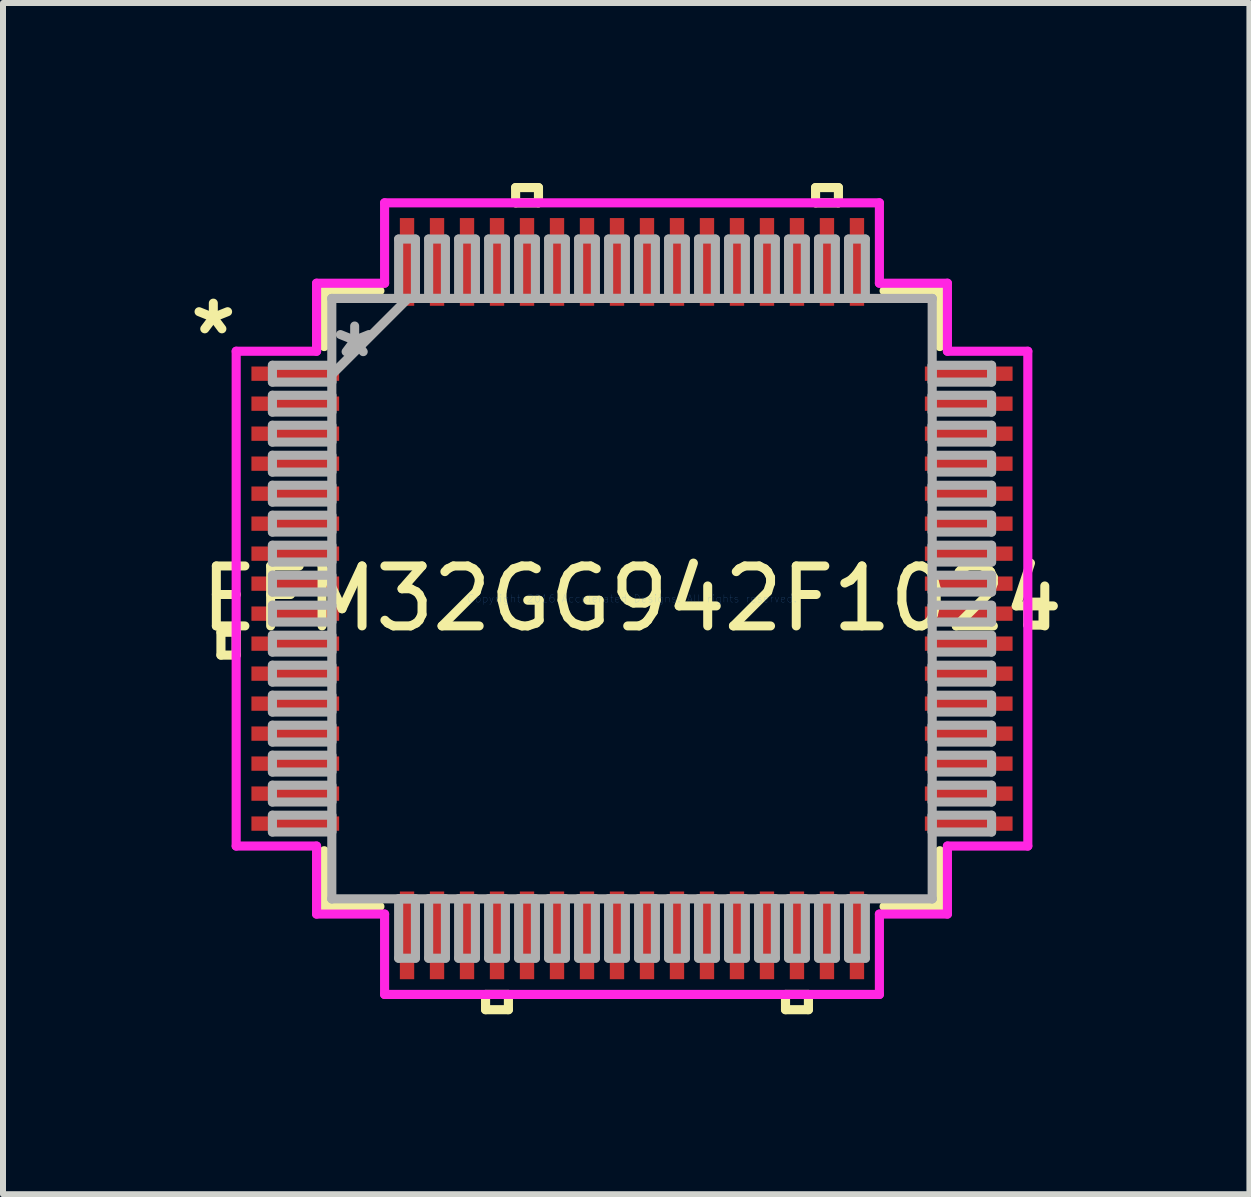
<source format=kicad_pcb>
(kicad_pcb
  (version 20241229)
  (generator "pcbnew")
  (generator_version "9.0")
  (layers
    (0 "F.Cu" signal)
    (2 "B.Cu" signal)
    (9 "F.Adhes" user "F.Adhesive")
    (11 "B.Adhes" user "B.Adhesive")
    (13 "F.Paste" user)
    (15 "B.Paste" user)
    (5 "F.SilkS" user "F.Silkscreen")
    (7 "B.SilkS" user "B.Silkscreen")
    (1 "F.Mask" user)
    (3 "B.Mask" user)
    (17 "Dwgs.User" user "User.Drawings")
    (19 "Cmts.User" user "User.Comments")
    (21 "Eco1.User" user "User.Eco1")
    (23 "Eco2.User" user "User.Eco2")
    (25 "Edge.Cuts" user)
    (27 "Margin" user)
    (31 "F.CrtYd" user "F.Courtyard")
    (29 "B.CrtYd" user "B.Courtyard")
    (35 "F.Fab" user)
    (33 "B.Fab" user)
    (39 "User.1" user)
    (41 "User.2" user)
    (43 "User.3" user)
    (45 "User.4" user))
  (footprint "EFM32GG942F1024"
    (layer "F.Cu")
    (at 7.485 6.929)
    (property "Reference" "EFM32GG942F1024" (at 0 0 0) (layer "F.SilkS") (effects (font (size 1 1) (thickness 0.15))))
    (attr through_hole)
    (fp_line (start -6.852 0.56) (end -6.852 0.941) (stroke (width 0.152) (type solid)) (layer "F.SilkS"))
    (fp_line (start -6.852 0.941) (end -6.598 0.941) (stroke (width 0.152) (type solid)) (layer "F.SilkS"))
    (fp_line (start -6.598 0.56) (end -6.852 0.56) (stroke (width 0.152) (type solid)) (layer "F.SilkS"))
    (fp_line (start -6.598 0.941) (end -6.598 0.56) (stroke (width 0.152) (type solid)) (layer "F.SilkS"))
    (fp_line (start -5.131 -5.131) (end -5.131 -4.202) (stroke (width 0.152) (type solid)) (layer "F.SilkS"))
    (fp_line (start -5.131 4.202) (end -5.131 5.131) (stroke (width 0.152) (type solid)) (layer "F.SilkS"))
    (fp_line (start -5.131 5.131) (end -4.202 5.131) (stroke (width 0.152) (type solid)) (layer "F.SilkS"))
    (fp_line (start -4.202 -5.131) (end -5.131 -5.131) (stroke (width 0.152) (type solid)) (layer "F.SilkS"))
    (fp_line (start -2.441 6.598) (end -2.441 6.852) (stroke (width 0.152) (type solid)) (layer "F.SilkS"))
    (fp_line (start -2.441 6.852) (end -2.06 6.852) (stroke (width 0.152) (type solid)) (layer "F.SilkS"))
    (fp_line (start -2.06 6.598) (end -2.441 6.598) (stroke (width 0.152) (type solid)) (layer "F.SilkS"))
    (fp_line (start -2.06 6.852) (end -2.06 6.598) (stroke (width 0.152) (type solid)) (layer "F.SilkS"))
    (fp_line (start -1.94 -6.852) (end -1.559 -6.852) (stroke (width 0.152) (type solid)) (layer "F.SilkS"))
    (fp_line (start -1.94 -6.598) (end -1.94 -6.852) (stroke (width 0.152) (type solid)) (layer "F.SilkS"))
    (fp_line (start -1.559 -6.852) (end -1.559 -6.598) (stroke (width 0.152) (type solid)) (layer "F.SilkS"))
    (fp_line (start -1.559 -6.598) (end -1.94 -6.598) (stroke (width 0.152) (type solid)) (layer "F.SilkS"))
    (fp_line (start 2.559 6.598) (end 2.559 6.852) (stroke (width 0.152) (type solid)) (layer "F.SilkS"))
    (fp_line (start 2.559 6.852) (end 2.941 6.852) (stroke (width 0.152) (type solid)) (layer "F.SilkS"))
    (fp_line (start 2.941 6.598) (end 2.559 6.598) (stroke (width 0.152) (type solid)) (layer "F.SilkS"))
    (fp_line (start 2.941 6.852) (end 2.941 6.598) (stroke (width 0.152) (type solid)) (layer "F.SilkS"))
    (fp_line (start 3.06 -6.852) (end 3.441 -6.852) (stroke (width 0.152) (type solid)) (layer "F.SilkS"))
    (fp_line (start 3.06 -6.598) (end 3.06 -6.852) (stroke (width 0.152) (type solid)) (layer "F.SilkS"))
    (fp_line (start 3.441 -6.852) (end 3.441 -6.598) (stroke (width 0.152) (type solid)) (layer "F.SilkS"))
    (fp_line (start 3.441 -6.598) (end 3.06 -6.598) (stroke (width 0.152) (type solid)) (layer "F.SilkS"))
    (fp_line (start 4.202 5.131) (end 5.131 5.131) (stroke (width 0.152) (type solid)) (layer "F.SilkS"))
    (fp_line (start 5.131 -5.131) (end 4.202 -5.131) (stroke (width 0.152) (type solid)) (layer "F.SilkS"))
    (fp_line (start 5.131 -4.202) (end 5.131 -5.131) (stroke (width 0.152) (type solid)) (layer "F.SilkS"))
    (fp_line (start 5.131 5.131) (end 5.131 4.202) (stroke (width 0.152) (type solid)) (layer "F.SilkS"))
    (fp_line (start 6.598 0.059) (end 6.852 0.059) (stroke (width 0.152) (type solid)) (layer "F.SilkS"))
    (fp_line (start 6.598 0.441) (end 6.598 0.059) (stroke (width 0.152) (type solid)) (layer "F.SilkS"))
    (fp_line (start 6.852 0.059) (end 6.852 0.441) (stroke (width 0.152) (type solid)) (layer "F.SilkS"))
    (fp_line (start 6.852 0.441) (end 6.598 0.441) (stroke (width 0.152) (type solid)) (layer "F.SilkS"))
    (fp_line (start -6.598 -4.124) (end -5.258 -4.124) (stroke (width 0.152) (type solid)) (layer "F.CrtYd"))
    (fp_line (start -6.598 4.124) (end -6.598 -4.124) (stroke (width 0.152) (type solid)) (layer "F.CrtYd"))
    (fp_line (start -5.258 -5.258) (end -4.124 -5.258) (stroke (width 0.152) (type solid)) (layer "F.CrtYd"))
    (fp_line (start -5.258 -4.124) (end -5.258 -5.258) (stroke (width 0.152) (type solid)) (layer "F.CrtYd"))
    (fp_line (start -5.258 4.124) (end -6.598 4.124) (stroke (width 0.152) (type solid)) (layer "F.CrtYd"))
    (fp_line (start -5.258 5.258) (end -5.258 4.124) (stroke (width 0.152) (type solid)) (layer "F.CrtYd"))
    (fp_line (start -4.124 -6.598) (end 4.124 -6.598) (stroke (width 0.152) (type solid)) (layer "F.CrtYd"))
    (fp_line (start -4.124 -5.258) (end -4.124 -6.598) (stroke (width 0.152) (type solid)) (layer "F.CrtYd"))
    (fp_line (start -4.124 5.258) (end -5.258 5.258) (stroke (width 0.152) (type solid)) (layer "F.CrtYd"))
    (fp_line (start -4.124 6.598) (end -4.124 5.258) (stroke (width 0.152) (type solid)) (layer "F.CrtYd"))
    (fp_line (start 4.124 -6.598) (end 4.124 -5.258) (stroke (width 0.152) (type solid)) (layer "F.CrtYd"))
    (fp_line (start 4.124 -5.258) (end 5.258 -5.258) (stroke (width 0.152) (type solid)) (layer "F.CrtYd"))
    (fp_line (start 4.124 5.258) (end 4.124 6.598) (stroke (width 0.152) (type solid)) (layer "F.CrtYd"))
    (fp_line (start 4.124 6.598) (end -4.124 6.598) (stroke (width 0.152) (type solid)) (layer "F.CrtYd"))
    (fp_line (start 5.258 -5.258) (end 5.258 -4.124) (stroke (width 0.152) (type solid)) (layer "F.CrtYd"))
    (fp_line (start 5.258 -4.124) (end 6.598 -4.124) (stroke (width 0.152) (type solid)) (layer "F.CrtYd"))
    (fp_line (start 5.258 4.124) (end 5.258 5.258) (stroke (width 0.152) (type solid)) (layer "F.CrtYd"))
    (fp_line (start 5.258 5.258) (end 4.124 5.258) (stroke (width 0.152) (type solid)) (layer "F.CrtYd"))
    (fp_line (start 6.598 -4.124) (end 6.598 4.124) (stroke (width 0.152) (type solid)) (layer "F.CrtYd"))
    (fp_line (start 6.598 4.124) (end 5.258 4.124) (stroke (width 0.152) (type solid)) (layer "F.CrtYd"))
    (fp_line (start -5.994 -3.89) (end -5.994 -3.61) (stroke (width 0.152) (type solid)) (layer "F.Fab"))
    (fp_line (start -5.994 -3.61) (end -5.004 -3.61) (stroke (width 0.152) (type solid)) (layer "F.Fab"))
    (fp_line (start -5.994 -3.39) (end -5.994 -3.11) (stroke (width 0.152) (type solid)) (layer "F.Fab"))
    (fp_line (start -5.994 -3.11) (end -5.004 -3.11) (stroke (width 0.152) (type solid)) (layer "F.Fab"))
    (fp_line (start -5.994 -2.89) (end -5.994 -2.61) (stroke (width 0.152) (type solid)) (layer "F.Fab"))
    (fp_line (start -5.994 -2.61) (end -5.004 -2.61) (stroke (width 0.152) (type solid)) (layer "F.Fab"))
    (fp_line (start -5.994 -2.39) (end -5.994 -2.11) (stroke (width 0.152) (type solid)) (layer "F.Fab"))
    (fp_line (start -5.994 -2.11) (end -5.004 -2.11) (stroke (width 0.152) (type solid)) (layer "F.Fab"))
    (fp_line (start -5.994 -1.89) (end -5.994 -1.61) (stroke (width 0.152) (type solid)) (layer "F.Fab"))
    (fp_line (start -5.994 -1.61) (end -5.004 -1.61) (stroke (width 0.152) (type solid)) (layer "F.Fab"))
    (fp_line (start -5.994 -1.39) (end -5.994 -1.11) (stroke (width 0.152) (type solid)) (layer "F.Fab"))
    (fp_line (start -5.994 -1.11) (end -5.004 -1.11) (stroke (width 0.152) (type solid)) (layer "F.Fab"))
    (fp_line (start -5.994 -0.89) (end -5.994 -0.61) (stroke (width 0.152) (type solid)) (layer "F.Fab"))
    (fp_line (start -5.994 -0.61) (end -5.004 -0.61) (stroke (width 0.152) (type solid)) (layer "F.Fab"))
    (fp_line (start -5.994 -0.39) (end -5.994 -0.11) (stroke (width 0.152) (type solid)) (layer "F.Fab"))
    (fp_line (start -5.994 -0.11) (end -5.004 -0.11) (stroke (width 0.152) (type solid)) (layer "F.Fab"))
    (fp_line (start -5.994 0.11) (end -5.994 0.39) (stroke (width 0.152) (type solid)) (layer "F.Fab"))
    (fp_line (start -5.994 0.39) (end -5.004 0.39) (stroke (width 0.152) (type solid)) (layer "F.Fab"))
    (fp_line (start -5.994 0.61) (end -5.994 0.89) (stroke (width 0.152) (type solid)) (layer "F.Fab"))
    (fp_line (start -5.994 0.89) (end -5.004 0.89) (stroke (width 0.152) (type solid)) (layer "F.Fab"))
    (fp_line (start -5.994 1.11) (end -5.994 1.39) (stroke (width 0.152) (type solid)) (layer "F.Fab"))
    (fp_line (start -5.994 1.39) (end -5.004 1.39) (stroke (width 0.152) (type solid)) (layer "F.Fab"))
    (fp_line (start -5.994 1.61) (end -5.994 1.89) (stroke (width 0.152) (type solid)) (layer "F.Fab"))
    (fp_line (start -5.994 1.89) (end -5.004 1.89) (stroke (width 0.152) (type solid)) (layer "F.Fab"))
    (fp_line (start -5.994 2.11) (end -5.994 2.39) (stroke (width 0.152) (type solid)) (layer "F.Fab"))
    (fp_line (start -5.994 2.39) (end -5.004 2.39) (stroke (width 0.152) (type solid)) (layer "F.Fab"))
    (fp_line (start -5.994 2.61) (end -5.994 2.89) (stroke (width 0.152) (type solid)) (layer "F.Fab"))
    (fp_line (start -5.994 2.89) (end -5.004 2.89) (stroke (width 0.152) (type solid)) (layer "F.Fab"))
    (fp_line (start -5.994 3.11) (end -5.994 3.39) (stroke (width 0.152) (type solid)) (layer "F.Fab"))
    (fp_line (start -5.994 3.39) (end -5.004 3.39) (stroke (width 0.152) (type solid)) (layer "F.Fab"))
    (fp_line (start -5.994 3.61) (end -5.994 3.89) (stroke (width 0.152) (type solid)) (layer "F.Fab"))
    (fp_line (start -5.994 3.89) (end -5.004 3.89) (stroke (width 0.152) (type solid)) (layer "F.Fab"))
    (fp_line (start -5.004 -5.004) (end -5.004 -5.004) (stroke (width 0.152) (type solid)) (layer "F.Fab"))
    (fp_line (start -5.004 -5.004) (end -5.004 5.004) (stroke (width 0.152) (type solid)) (layer "F.Fab"))
    (fp_line (start -5.004 -3.89) (end -5.994 -3.89) (stroke (width 0.152) (type solid)) (layer "F.Fab"))
    (fp_line (start -5.004 -3.734) (end -3.734 -5.004) (stroke (width 0.152) (type solid)) (layer "F.Fab"))
    (fp_line (start -5.004 -3.61) (end -5.004 -3.89) (stroke (width 0.152) (type solid)) (layer "F.Fab"))
    (fp_line (start -5.004 -3.39) (end -5.994 -3.39) (stroke (width 0.152) (type solid)) (layer "F.Fab"))
    (fp_line (start -5.004 -3.11) (end -5.004 -3.39) (stroke (width 0.152) (type solid)) (layer "F.Fab"))
    (fp_line (start -5.004 -2.89) (end -5.994 -2.89) (stroke (width 0.152) (type solid)) (layer "F.Fab"))
    (fp_line (start -5.004 -2.61) (end -5.004 -2.89) (stroke (width 0.152) (type solid)) (layer "F.Fab"))
    (fp_line (start -5.004 -2.39) (end -5.994 -2.39) (stroke (width 0.152) (type solid)) (layer "F.Fab"))
    (fp_line (start -5.004 -2.11) (end -5.004 -2.39) (stroke (width 0.152) (type solid)) (layer "F.Fab"))
    (fp_line (start -5.004 -1.89) (end -5.994 -1.89) (stroke (width 0.152) (type solid)) (layer "F.Fab"))
    (fp_line (start -5.004 -1.61) (end -5.004 -1.89) (stroke (width 0.152) (type solid)) (layer "F.Fab"))
    (fp_line (start -5.004 -1.39) (end -5.994 -1.39) (stroke (width 0.152) (type solid)) (layer "F.Fab"))
    (fp_line (start -5.004 -1.11) (end -5.004 -1.39) (stroke (width 0.152) (type solid)) (layer "F.Fab"))
    (fp_line (start -5.004 -0.89) (end -5.994 -0.89) (stroke (width 0.152) (type solid)) (layer "F.Fab"))
    (fp_line (start -5.004 -0.61) (end -5.004 -0.89) (stroke (width 0.152) (type solid)) (layer "F.Fab"))
    (fp_line (start -5.004 -0.39) (end -5.994 -0.39) (stroke (width 0.152) (type solid)) (layer "F.Fab"))
    (fp_line (start -5.004 -0.11) (end -5.004 -0.39) (stroke (width 0.152) (type solid)) (layer "F.Fab"))
    (fp_line (start -5.004 0.11) (end -5.994 0.11) (stroke (width 0.152) (type solid)) (layer "F.Fab"))
    (fp_line (start -5.004 0.39) (end -5.004 0.11) (stroke (width 0.152) (type solid)) (layer "F.Fab"))
    (fp_line (start -5.004 0.61) (end -5.994 0.61) (stroke (width 0.152) (type solid)) (layer "F.Fab"))
    (fp_line (start -5.004 0.89) (end -5.004 0.61) (stroke (width 0.152) (type solid)) (layer "F.Fab"))
    (fp_line (start -5.004 1.11) (end -5.994 1.11) (stroke (width 0.152) (type solid)) (layer "F.Fab"))
    (fp_line (start -5.004 1.39) (end -5.004 1.11) (stroke (width 0.152) (type solid)) (layer "F.Fab"))
    (fp_line (start -5.004 1.61) (end -5.994 1.61) (stroke (width 0.152) (type solid)) (layer "F.Fab"))
    (fp_line (start -5.004 1.89) (end -5.004 1.61) (stroke (width 0.152) (type solid)) (layer "F.Fab"))
    (fp_line (start -5.004 2.11) (end -5.994 2.11) (stroke (width 0.152) (type solid)) (layer "F.Fab"))
    (fp_line (start -5.004 2.39) (end -5.004 2.11) (stroke (width 0.152) (type solid)) (layer "F.Fab"))
    (fp_line (start -5.004 2.61) (end -5.994 2.61) (stroke (width 0.152) (type solid)) (layer "F.Fab"))
    (fp_line (start -5.004 2.89) (end -5.004 2.61) (stroke (width 0.152) (type solid)) (layer "F.Fab"))
    (fp_line (start -5.004 3.11) (end -5.994 3.11) (stroke (width 0.152) (type solid)) (layer "F.Fab"))
    (fp_line (start -5.004 3.39) (end -5.004 3.11) (stroke (width 0.152) (type solid)) (layer "F.Fab"))
    (fp_line (start -5.004 3.61) (end -5.994 3.61) (stroke (width 0.152) (type solid)) (layer "F.Fab"))
    (fp_line (start -5.004 3.89) (end -5.004 3.61) (stroke (width 0.152) (type solid)) (layer "F.Fab"))
    (fp_line (start -5.004 5.004) (end -5.004 5.004) (stroke (width 0.152) (type solid)) (layer "F.Fab"))
    (fp_line (start -5.004 5.004) (end 5.004 5.004) (stroke (width 0.152) (type solid)) (layer "F.Fab"))
    (fp_line (start -3.89 -5.994) (end -3.89 -5.004) (stroke (width 0.152) (type solid)) (layer "F.Fab"))
    (fp_line (start -3.89 -5.004) (end -3.61 -5.004) (stroke (width 0.152) (type solid)) (layer "F.Fab"))
    (fp_line (start -3.89 5.004) (end -3.89 5.994) (stroke (width 0.152) (type solid)) (layer "F.Fab"))
    (fp_line (start -3.89 5.994) (end -3.61 5.994) (stroke (width 0.152) (type solid)) (layer "F.Fab"))
    (fp_line (start -3.61 -5.994) (end -3.89 -5.994) (stroke (width 0.152) (type solid)) (layer "F.Fab"))
    (fp_line (start -3.61 -5.004) (end -3.61 -5.994) (stroke (width 0.152) (type solid)) (layer "F.Fab"))
    (fp_line (start -3.61 5.004) (end -3.89 5.004) (stroke (width 0.152) (type solid)) (layer "F.Fab"))
    (fp_line (start -3.61 5.994) (end -3.61 5.004) (stroke (width 0.152) (type solid)) (layer "F.Fab"))
    (fp_line (start -3.39 -5.994) (end -3.39 -5.004) (stroke (width 0.152) (type solid)) (layer "F.Fab"))
    (fp_line (start -3.39 -5.004) (end -3.11 -5.004) (stroke (width 0.152) (type solid)) (layer "F.Fab"))
    (fp_line (start -3.39 5.004) (end -3.39 5.994) (stroke (width 0.152) (type solid)) (layer "F.Fab"))
    (fp_line (start -3.39 5.994) (end -3.11 5.994) (stroke (width 0.152) (type solid)) (layer "F.Fab"))
    (fp_line (start -3.11 -5.994) (end -3.39 -5.994) (stroke (width 0.152) (type solid)) (layer "F.Fab"))
    (fp_line (start -3.11 -5.004) (end -3.11 -5.994) (stroke (width 0.152) (type solid)) (layer "F.Fab"))
    (fp_line (start -3.11 5.004) (end -3.39 5.004) (stroke (width 0.152) (type solid)) (layer "F.Fab"))
    (fp_line (start -3.11 5.994) (end -3.11 5.004) (stroke (width 0.152) (type solid)) (layer "F.Fab"))
    (fp_line (start -2.89 -5.994) (end -2.89 -5.004) (stroke (width 0.152) (type solid)) (layer "F.Fab"))
    (fp_line (start -2.89 -5.004) (end -2.61 -5.004) (stroke (width 0.152) (type solid)) (layer "F.Fab"))
    (fp_line (start -2.89 5.004) (end -2.89 5.994) (stroke (width 0.152) (type solid)) (layer "F.Fab"))
    (fp_line (start -2.89 5.994) (end -2.61 5.994) (stroke (width 0.152) (type solid)) (layer "F.Fab"))
    (fp_line (start -2.61 -5.994) (end -2.89 -5.994) (stroke (width 0.152) (type solid)) (layer "F.Fab"))
    (fp_line (start -2.61 -5.004) (end -2.61 -5.994) (stroke (width 0.152) (type solid)) (layer "F.Fab"))
    (fp_line (start -2.61 5.004) (end -2.89 5.004) (stroke (width 0.152) (type solid)) (layer "F.Fab"))
    (fp_line (start -2.61 5.994) (end -2.61 5.004) (stroke (width 0.152) (type solid)) (layer "F.Fab"))
    (fp_line (start -2.39 -5.994) (end -2.39 -5.004) (stroke (width 0.152) (type solid)) (layer "F.Fab"))
    (fp_line (start -2.39 -5.004) (end -2.11 -5.004) (stroke (width 0.152) (type solid)) (layer "F.Fab"))
    (fp_line (start -2.39 5.004) (end -2.39 5.994) (stroke (width 0.152) (type solid)) (layer "F.Fab"))
    (fp_line (start -2.39 5.994) (end -2.11 5.994) (stroke (width 0.152) (type solid)) (layer "F.Fab"))
    (fp_line (start -2.11 -5.994) (end -2.39 -5.994) (stroke (width 0.152) (type solid)) (layer "F.Fab"))
    (fp_line (start -2.11 -5.004) (end -2.11 -5.994) (stroke (width 0.152) (type solid)) (layer "F.Fab"))
    (fp_line (start -2.11 5.004) (end -2.39 5.004) (stroke (width 0.152) (type solid)) (layer "F.Fab"))
    (fp_line (start -2.11 5.994) (end -2.11 5.004) (stroke (width 0.152) (type solid)) (layer "F.Fab"))
    (fp_line (start -1.89 -5.994) (end -1.89 -5.004) (stroke (width 0.152) (type solid)) (layer "F.Fab"))
    (fp_line (start -1.89 -5.004) (end -1.61 -5.004) (stroke (width 0.152) (type solid)) (layer "F.Fab"))
    (fp_line (start -1.89 5.004) (end -1.89 5.994) (stroke (width 0.152) (type solid)) (layer "F.Fab"))
    (fp_line (start -1.89 5.994) (end -1.61 5.994) (stroke (width 0.152) (type solid)) (layer "F.Fab"))
    (fp_line (start -1.61 -5.994) (end -1.89 -5.994) (stroke (width 0.152) (type solid)) (layer "F.Fab"))
    (fp_line (start -1.61 -5.004) (end -1.61 -5.994) (stroke (width 0.152) (type solid)) (layer "F.Fab"))
    (fp_line (start -1.61 5.004) (end -1.89 5.004) (stroke (width 0.152) (type solid)) (layer "F.Fab"))
    (fp_line (start -1.61 5.994) (end -1.61 5.004) (stroke (width 0.152) (type solid)) (layer "F.Fab"))
    (fp_line (start -1.39 -5.994) (end -1.39 -5.004) (stroke (width 0.152) (type solid)) (layer "F.Fab"))
    (fp_line (start -1.39 -5.004) (end -1.11 -5.004) (stroke (width 0.152) (type solid)) (layer "F.Fab"))
    (fp_line (start -1.39 5.004) (end -1.39 5.994) (stroke (width 0.152) (type solid)) (layer "F.Fab"))
    (fp_line (start -1.39 5.994) (end -1.11 5.994) (stroke (width 0.152) (type solid)) (layer "F.Fab"))
    (fp_line (start -1.11 -5.994) (end -1.39 -5.994) (stroke (width 0.152) (type solid)) (layer "F.Fab"))
    (fp_line (start -1.11 -5.004) (end -1.11 -5.994) (stroke (width 0.152) (type solid)) (layer "F.Fab"))
    (fp_line (start -1.11 5.004) (end -1.39 5.004) (stroke (width 0.152) (type solid)) (layer "F.Fab"))
    (fp_line (start -1.11 5.994) (end -1.11 5.004) (stroke (width 0.152) (type solid)) (layer "F.Fab"))
    (fp_line (start -0.89 -5.994) (end -0.89 -5.004) (stroke (width 0.152) (type solid)) (layer "F.Fab"))
    (fp_line (start -0.89 -5.004) (end -0.61 -5.004) (stroke (width 0.152) (type solid)) (layer "F.Fab"))
    (fp_line (start -0.89 5.004) (end -0.89 5.994) (stroke (width 0.152) (type solid)) (layer "F.Fab"))
    (fp_line (start -0.89 5.994) (end -0.61 5.994) (stroke (width 0.152) (type solid)) (layer "F.Fab"))
    (fp_line (start -0.61 -5.994) (end -0.89 -5.994) (stroke (width 0.152) (type solid)) (layer "F.Fab"))
    (fp_line (start -0.61 -5.004) (end -0.61 -5.994) (stroke (width 0.152) (type solid)) (layer "F.Fab"))
    (fp_line (start -0.61 5.004) (end -0.89 5.004) (stroke (width 0.152) (type solid)) (layer "F.Fab"))
    (fp_line (start -0.61 5.994) (end -0.61 5.004) (stroke (width 0.152) (type solid)) (layer "F.Fab"))
    (fp_line (start -0.39 -5.994) (end -0.39 -5.004) (stroke (width 0.152) (type solid)) (layer "F.Fab"))
    (fp_line (start -0.39 -5.004) (end -0.11 -5.004) (stroke (width 0.152) (type solid)) (layer "F.Fab"))
    (fp_line (start -0.39 5.004) (end -0.39 5.994) (stroke (width 0.152) (type solid)) (layer "F.Fab"))
    (fp_line (start -0.39 5.994) (end -0.11 5.994) (stroke (width 0.152) (type solid)) (layer "F.Fab"))
    (fp_line (start -0.11 -5.994) (end -0.39 -5.994) (stroke (width 0.152) (type solid)) (layer "F.Fab"))
    (fp_line (start -0.11 -5.004) (end -0.11 -5.994) (stroke (width 0.152) (type solid)) (layer "F.Fab"))
    (fp_line (start -0.11 5.004) (end -0.39 5.004) (stroke (width 0.152) (type solid)) (layer "F.Fab"))
    (fp_line (start -0.11 5.994) (end -0.11 5.004) (stroke (width 0.152) (type solid)) (layer "F.Fab"))
    (fp_line (start 0.11 -5.994) (end 0.11 -5.004) (stroke (width 0.152) (type solid)) (layer "F.Fab"))
    (fp_line (start 0.11 -5.004) (end 0.39 -5.004) (stroke (width 0.152) (type solid)) (layer "F.Fab"))
    (fp_line (start 0.11 5.004) (end 0.11 5.994) (stroke (width 0.152) (type solid)) (layer "F.Fab"))
    (fp_line (start 0.11 5.994) (end 0.39 5.994) (stroke (width 0.152) (type solid)) (layer "F.Fab"))
    (fp_line (start 0.39 -5.994) (end 0.11 -5.994) (stroke (width 0.152) (type solid)) (layer "F.Fab"))
    (fp_line (start 0.39 -5.004) (end 0.39 -5.994) (stroke (width 0.152) (type solid)) (layer "F.Fab"))
    (fp_line (start 0.39 5.004) (end 0.11 5.004) (stroke (width 0.152) (type solid)) (layer "F.Fab"))
    (fp_line (start 0.39 5.994) (end 0.39 5.004) (stroke (width 0.152) (type solid)) (layer "F.Fab"))
    (fp_line (start 0.61 -5.994) (end 0.61 -5.004) (stroke (width 0.152) (type solid)) (layer "F.Fab"))
    (fp_line (start 0.61 -5.004) (end 0.89 -5.004) (stroke (width 0.152) (type solid)) (layer "F.Fab"))
    (fp_line (start 0.61 5.004) (end 0.61 5.994) (stroke (width 0.152) (type solid)) (layer "F.Fab"))
    (fp_line (start 0.61 5.994) (end 0.89 5.994) (stroke (width 0.152) (type solid)) (layer "F.Fab"))
    (fp_line (start 0.89 -5.994) (end 0.61 -5.994) (stroke (width 0.152) (type solid)) (layer "F.Fab"))
    (fp_line (start 0.89 -5.004) (end 0.89 -5.994) (stroke (width 0.152) (type solid)) (layer "F.Fab"))
    (fp_line (start 0.89 5.004) (end 0.61 5.004) (stroke (width 0.152) (type solid)) (layer "F.Fab"))
    (fp_line (start 0.89 5.994) (end 0.89 5.004) (stroke (width 0.152) (type solid)) (layer "F.Fab"))
    (fp_line (start 1.11 -5.994) (end 1.11 -5.004) (stroke (width 0.152) (type solid)) (layer "F.Fab"))
    (fp_line (start 1.11 -5.004) (end 1.39 -5.004) (stroke (width 0.152) (type solid)) (layer "F.Fab"))
    (fp_line (start 1.11 5.004) (end 1.11 5.994) (stroke (width 0.152) (type solid)) (layer "F.Fab"))
    (fp_line (start 1.11 5.994) (end 1.39 5.994) (stroke (width 0.152) (type solid)) (layer "F.Fab"))
    (fp_line (start 1.39 -5.994) (end 1.11 -5.994) (stroke (width 0.152) (type solid)) (layer "F.Fab"))
    (fp_line (start 1.39 -5.004) (end 1.39 -5.994) (stroke (width 0.152) (type solid)) (layer "F.Fab"))
    (fp_line (start 1.39 5.004) (end 1.11 5.004) (stroke (width 0.152) (type solid)) (layer "F.Fab"))
    (fp_line (start 1.39 5.994) (end 1.39 5.004) (stroke (width 0.152) (type solid)) (layer "F.Fab"))
    (fp_line (start 1.61 -5.994) (end 1.61 -5.004) (stroke (width 0.152) (type solid)) (layer "F.Fab"))
    (fp_line (start 1.61 -5.004) (end 1.89 -5.004) (stroke (width 0.152) (type solid)) (layer "F.Fab"))
    (fp_line (start 1.61 5.004) (end 1.61 5.994) (stroke (width 0.152) (type solid)) (layer "F.Fab"))
    (fp_line (start 1.61 5.994) (end 1.89 5.994) (stroke (width 0.152) (type solid)) (layer "F.Fab"))
    (fp_line (start 1.89 -5.994) (end 1.61 -5.994) (stroke (width 0.152) (type solid)) (layer "F.Fab"))
    (fp_line (start 1.89 -5.004) (end 1.89 -5.994) (stroke (width 0.152) (type solid)) (layer "F.Fab"))
    (fp_line (start 1.89 5.004) (end 1.61 5.004) (stroke (width 0.152) (type solid)) (layer "F.Fab"))
    (fp_line (start 1.89 5.994) (end 1.89 5.004) (stroke (width 0.152) (type solid)) (layer "F.Fab"))
    (fp_line (start 2.11 -5.994) (end 2.11 -5.004) (stroke (width 0.152) (type solid)) (layer "F.Fab"))
    (fp_line (start 2.11 -5.004) (end 2.39 -5.004) (stroke (width 0.152) (type solid)) (layer "F.Fab"))
    (fp_line (start 2.11 5.004) (end 2.11 5.994) (stroke (width 0.152) (type solid)) (layer "F.Fab"))
    (fp_line (start 2.11 5.994) (end 2.39 5.994) (stroke (width 0.152) (type solid)) (layer "F.Fab"))
    (fp_line (start 2.39 -5.994) (end 2.11 -5.994) (stroke (width 0.152) (type solid)) (layer "F.Fab"))
    (fp_line (start 2.39 -5.004) (end 2.39 -5.994) (stroke (width 0.152) (type solid)) (layer "F.Fab"))
    (fp_line (start 2.39 5.004) (end 2.11 5.004) (stroke (width 0.152) (type solid)) (layer "F.Fab"))
    (fp_line (start 2.39 5.994) (end 2.39 5.004) (stroke (width 0.152) (type solid)) (layer "F.Fab"))
    (fp_line (start 2.61 -5.994) (end 2.61 -5.004) (stroke (width 0.152) (type solid)) (layer "F.Fab"))
    (fp_line (start 2.61 -5.004) (end 2.89 -5.004) (stroke (width 0.152) (type solid)) (layer "F.Fab"))
    (fp_line (start 2.61 5.004) (end 2.61 5.994) (stroke (width 0.152) (type solid)) (layer "F.Fab"))
    (fp_line (start 2.61 5.994) (end 2.89 5.994) (stroke (width 0.152) (type solid)) (layer "F.Fab"))
    (fp_line (start 2.89 -5.994) (end 2.61 -5.994) (stroke (width 0.152) (type solid)) (layer "F.Fab"))
    (fp_line (start 2.89 -5.004) (end 2.89 -5.994) (stroke (width 0.152) (type solid)) (layer "F.Fab"))
    (fp_line (start 2.89 5.004) (end 2.61 5.004) (stroke (width 0.152) (type solid)) (layer "F.Fab"))
    (fp_line (start 2.89 5.994) (end 2.89 5.004) (stroke (width 0.152) (type solid)) (layer "F.Fab"))
    (fp_line (start 3.11 -5.994) (end 3.11 -5.004) (stroke (width 0.152) (type solid)) (layer "F.Fab"))
    (fp_line (start 3.11 -5.004) (end 3.39 -5.004) (stroke (width 0.152) (type solid)) (layer "F.Fab"))
    (fp_line (start 3.11 5.004) (end 3.11 5.994) (stroke (width 0.152) (type solid)) (layer "F.Fab"))
    (fp_line (start 3.11 5.994) (end 3.39 5.994) (stroke (width 0.152) (type solid)) (layer "F.Fab"))
    (fp_line (start 3.39 -5.994) (end 3.11 -5.994) (stroke (width 0.152) (type solid)) (layer "F.Fab"))
    (fp_line (start 3.39 -5.004) (end 3.39 -5.994) (stroke (width 0.152) (type solid)) (layer "F.Fab"))
    (fp_line (start 3.39 5.004) (end 3.11 5.004) (stroke (width 0.152) (type solid)) (layer "F.Fab"))
    (fp_line (start 3.39 5.994) (end 3.39 5.004) (stroke (width 0.152) (type solid)) (layer "F.Fab"))
    (fp_line (start 3.61 -5.994) (end 3.61 -5.004) (stroke (width 0.152) (type solid)) (layer "F.Fab"))
    (fp_line (start 3.61 -5.004) (end 3.89 -5.004) (stroke (width 0.152) (type solid)) (layer "F.Fab"))
    (fp_line (start 3.61 5.004) (end 3.61 5.994) (stroke (width 0.152) (type solid)) (layer "F.Fab"))
    (fp_line (start 3.61 5.994) (end 3.89 5.994) (stroke (width 0.152) (type solid)) (layer "F.Fab"))
    (fp_line (start 3.89 -5.994) (end 3.61 -5.994) (stroke (width 0.152) (type solid)) (layer "F.Fab"))
    (fp_line (start 3.89 -5.004) (end 3.89 -5.994) (stroke (width 0.152) (type solid)) (layer "F.Fab"))
    (fp_line (start 3.89 5.004) (end 3.61 5.004) (stroke (width 0.152) (type solid)) (layer "F.Fab"))
    (fp_line (start 3.89 5.994) (end 3.89 5.004) (stroke (width 0.152) (type solid)) (layer "F.Fab"))
    (fp_line (start 5.004 -5.004) (end -5.004 -5.004) (stroke (width 0.152) (type solid)) (layer "F.Fab"))
    (fp_line (start 5.004 -5.004) (end 5.004 -5.004) (stroke (width 0.152) (type solid)) (layer "F.Fab"))
    (fp_line (start 5.004 -3.89) (end 5.004 -3.61) (stroke (width 0.152) (type solid)) (layer "F.Fab"))
    (fp_line (start 5.004 -3.61) (end 5.994 -3.61) (stroke (width 0.152) (type solid)) (layer "F.Fab"))
    (fp_line (start 5.004 -3.39) (end 5.004 -3.11) (stroke (width 0.152) (type solid)) (layer "F.Fab"))
    (fp_line (start 5.004 -3.11) (end 5.994 -3.11) (stroke (width 0.152) (type solid)) (layer "F.Fab"))
    (fp_line (start 5.004 -2.89) (end 5.004 -2.61) (stroke (width 0.152) (type solid)) (layer "F.Fab"))
    (fp_line (start 5.004 -2.61) (end 5.994 -2.61) (stroke (width 0.152) (type solid)) (layer "F.Fab"))
    (fp_line (start 5.004 -2.39) (end 5.004 -2.11) (stroke (width 0.152) (type solid)) (layer "F.Fab"))
    (fp_line (start 5.004 -2.11) (end 5.994 -2.11) (stroke (width 0.152) (type solid)) (layer "F.Fab"))
    (fp_line (start 5.004 -1.89) (end 5.004 -1.61) (stroke (width 0.152) (type solid)) (layer "F.Fab"))
    (fp_line (start 5.004 -1.61) (end 5.994 -1.61) (stroke (width 0.152) (type solid)) (layer "F.Fab"))
    (fp_line (start 5.004 -1.39) (end 5.004 -1.11) (stroke (width 0.152) (type solid)) (layer "F.Fab"))
    (fp_line (start 5.004 -1.11) (end 5.994 -1.11) (stroke (width 0.152) (type solid)) (layer "F.Fab"))
    (fp_line (start 5.004 -0.89) (end 5.004 -0.61) (stroke (width 0.152) (type solid)) (layer "F.Fab"))
    (fp_line (start 5.004 -0.61) (end 5.994 -0.61) (stroke (width 0.152) (type solid)) (layer "F.Fab"))
    (fp_line (start 5.004 -0.39) (end 5.004 -0.11) (stroke (width 0.152) (type solid)) (layer "F.Fab"))
    (fp_line (start 5.004 -0.11) (end 5.994 -0.11) (stroke (width 0.152) (type solid)) (layer "F.Fab"))
    (fp_line (start 5.004 0.11) (end 5.004 0.39) (stroke (width 0.152) (type solid)) (layer "F.Fab"))
    (fp_line (start 5.004 0.39) (end 5.994 0.39) (stroke (width 0.152) (type solid)) (layer "F.Fab"))
    (fp_line (start 5.004 0.61) (end 5.004 0.89) (stroke (width 0.152) (type solid)) (layer "F.Fab"))
    (fp_line (start 5.004 0.89) (end 5.994 0.89) (stroke (width 0.152) (type solid)) (layer "F.Fab"))
    (fp_line (start 5.004 1.11) (end 5.004 1.39) (stroke (width 0.152) (type solid)) (layer "F.Fab"))
    (fp_line (start 5.004 1.39) (end 5.994 1.39) (stroke (width 0.152) (type solid)) (layer "F.Fab"))
    (fp_line (start 5.004 1.61) (end 5.004 1.89) (stroke (width 0.152) (type solid)) (layer "F.Fab"))
    (fp_line (start 5.004 1.89) (end 5.994 1.89) (stroke (width 0.152) (type solid)) (layer "F.Fab"))
    (fp_line (start 5.004 2.11) (end 5.004 2.39) (stroke (width 0.152) (type solid)) (layer "F.Fab"))
    (fp_line (start 5.004 2.39) (end 5.994 2.39) (stroke (width 0.152) (type solid)) (layer "F.Fab"))
    (fp_line (start 5.004 2.61) (end 5.004 2.89) (stroke (width 0.152) (type solid)) (layer "F.Fab"))
    (fp_line (start 5.004 2.89) (end 5.994 2.89) (stroke (width 0.152) (type solid)) (layer "F.Fab"))
    (fp_line (start 5.004 3.11) (end 5.004 3.39) (stroke (width 0.152) (type solid)) (layer "F.Fab"))
    (fp_line (start 5.004 3.39) (end 5.994 3.39) (stroke (width 0.152) (type solid)) (layer "F.Fab"))
    (fp_line (start 5.004 3.61) (end 5.004 3.89) (stroke (width 0.152) (type solid)) (layer "F.Fab"))
    (fp_line (start 5.004 3.89) (end 5.994 3.89) (stroke (width 0.152) (type solid)) (layer "F.Fab"))
    (fp_line (start 5.004 5.004) (end 5.004 -5.004) (stroke (width 0.152) (type solid)) (layer "F.Fab"))
    (fp_line (start 5.004 5.004) (end 5.004 5.004) (stroke (width 0.152) (type solid)) (layer "F.Fab"))
    (fp_line (start 5.994 -3.89) (end 5.004 -3.89) (stroke (width 0.152) (type solid)) (layer "F.Fab"))
    (fp_line (start 5.994 -3.61) (end 5.994 -3.89) (stroke (width 0.152) (type solid)) (layer "F.Fab"))
    (fp_line (start 5.994 -3.39) (end 5.004 -3.39) (stroke (width 0.152) (type solid)) (layer "F.Fab"))
    (fp_line (start 5.994 -3.11) (end 5.994 -3.39) (stroke (width 0.152) (type solid)) (layer "F.Fab"))
    (fp_line (start 5.994 -2.89) (end 5.004 -2.89) (stroke (width 0.152) (type solid)) (layer "F.Fab"))
    (fp_line (start 5.994 -2.61) (end 5.994 -2.89) (stroke (width 0.152) (type solid)) (layer "F.Fab"))
    (fp_line (start 5.994 -2.39) (end 5.004 -2.39) (stroke (width 0.152) (type solid)) (layer "F.Fab"))
    (fp_line (start 5.994 -2.11) (end 5.994 -2.39) (stroke (width 0.152) (type solid)) (layer "F.Fab"))
    (fp_line (start 5.994 -1.89) (end 5.004 -1.89) (stroke (width 0.152) (type solid)) (layer "F.Fab"))
    (fp_line (start 5.994 -1.61) (end 5.994 -1.89) (stroke (width 0.152) (type solid)) (layer "F.Fab"))
    (fp_line (start 5.994 -1.39) (end 5.004 -1.39) (stroke (width 0.152) (type solid)) (layer "F.Fab"))
    (fp_line (start 5.994 -1.11) (end 5.994 -1.39) (stroke (width 0.152) (type solid)) (layer "F.Fab"))
    (fp_line (start 5.994 -0.89) (end 5.004 -0.89) (stroke (width 0.152) (type solid)) (layer "F.Fab"))
    (fp_line (start 5.994 -0.61) (end 5.994 -0.89) (stroke (width 0.152) (type solid)) (layer "F.Fab"))
    (fp_line (start 5.994 -0.39) (end 5.004 -0.39) (stroke (width 0.152) (type solid)) (layer "F.Fab"))
    (fp_line (start 5.994 -0.11) (end 5.994 -0.39) (stroke (width 0.152) (type solid)) (layer "F.Fab"))
    (fp_line (start 5.994 0.11) (end 5.004 0.11) (stroke (width 0.152) (type solid)) (layer "F.Fab"))
    (fp_line (start 5.994 0.39) (end 5.994 0.11) (stroke (width 0.152) (type solid)) (layer "F.Fab"))
    (fp_line (start 5.994 0.61) (end 5.004 0.61) (stroke (width 0.152) (type solid)) (layer "F.Fab"))
    (fp_line (start 5.994 0.89) (end 5.994 0.61) (stroke (width 0.152) (type solid)) (layer "F.Fab"))
    (fp_line (start 5.994 1.11) (end 5.004 1.11) (stroke (width 0.152) (type solid)) (layer "F.Fab"))
    (fp_line (start 5.994 1.39) (end 5.994 1.11) (stroke (width 0.152) (type solid)) (layer "F.Fab"))
    (fp_line (start 5.994 1.61) (end 5.004 1.61) (stroke (width 0.152) (type solid)) (layer "F.Fab"))
    (fp_line (start 5.994 1.89) (end 5.994 1.61) (stroke (width 0.152) (type solid)) (layer "F.Fab"))
    (fp_line (start 5.994 2.11) (end 5.004 2.11) (stroke (width 0.152) (type solid)) (layer "F.Fab"))
    (fp_line (start 5.994 2.39) (end 5.994 2.11) (stroke (width 0.152) (type solid)) (layer "F.Fab"))
    (fp_line (start 5.994 2.61) (end 5.004 2.61) (stroke (width 0.152) (type solid)) (layer "F.Fab"))
    (fp_line (start 5.994 2.89) (end 5.994 2.61) (stroke (width 0.152) (type solid)) (layer "F.Fab"))
    (fp_line (start 5.994 3.11) (end 5.004 3.11) (stroke (width 0.152) (type solid)) (layer "F.Fab"))
    (fp_line (start 5.994 3.39) (end 5.994 3.11) (stroke (width 0.152) (type solid)) (layer "F.Fab"))
    (fp_line (start 5.994 3.61) (end 5.004 3.61) (stroke (width 0.152) (type solid)) (layer "F.Fab"))
    (fp_line (start 5.994 3.89) (end 5.994 3.61) (stroke (width 0.152) (type solid)) (layer "F.Fab"))
    (fp_text user "*" (at -6.979 -4.381 0) (layer "F.SilkS") (effects (font (size 1 1) (thickness 0.15))))
    (fp_text user "Copyright 2016 Accelerated Designs. All rights reserved." (at 0 0 0) (layer "Cmts.User") (effects (font (size 0.127 0.127) (thickness 0.002))))
    (fp_text user "*" (at -4.623 -4 0) (layer "F.Fab") (effects (font (size 1 1) (thickness 0.15))))
    (pad "1" smd rect (at -5.613 -3.75 90) (size 0.239 1.462) (layers "F.Cu" "F.Mask" "F.Paste"))
    (pad "2" smd rect (at -5.613 -3.25 90) (size 0.239 1.462) (layers "F.Cu" "F.Mask" "F.Paste"))
    (pad "3" smd rect (at -5.613 -2.75 90) (size 0.239 1.462) (layers "F.Cu" "F.Mask" "F.Paste"))
    (pad "4" smd rect (at -5.613 -2.25 90) (size 0.239 1.462) (layers "F.Cu" "F.Mask" "F.Paste"))
    (pad "5" smd rect (at -5.613 -1.75 90) (size 0.239 1.462) (layers "F.Cu" "F.Mask" "F.Paste"))
    (pad "6" smd rect (at -5.613 -1.25 90) (size 0.239 1.462) (layers "F.Cu" "F.Mask" "F.Paste"))
    (pad "7" smd rect (at -5.613 -0.75 90) (size 0.239 1.462) (layers "F.Cu" "F.Mask" "F.Paste"))
    (pad "8" smd rect (at -5.613 -0.25 90) (size 0.239 1.462) (layers "F.Cu" "F.Mask" "F.Paste"))
    (pad "9" smd rect (at -5.613 0.25 90) (size 0.239 1.462) (layers "F.Cu" "F.Mask" "F.Paste"))
    (pad "10" smd rect (at -5.613 0.75 90) (size 0.239 1.462) (layers "F.Cu" "F.Mask" "F.Paste"))
    (pad "11" smd rect (at -5.613 1.25 90) (size 0.239 1.462) (layers "F.Cu" "F.Mask" "F.Paste"))
    (pad "12" smd rect (at -5.613 1.75 90) (size 0.239 1.462) (layers "F.Cu" "F.Mask" "F.Paste"))
    (pad "13" smd rect (at -5.613 2.25 90) (size 0.239 1.462) (layers "F.Cu" "F.Mask" "F.Paste"))
    (pad "14" smd rect (at -5.613 2.75 90) (size 0.239 1.462) (layers "F.Cu" "F.Mask" "F.Paste"))
    (pad "15" smd rect (at -5.613 3.25 90) (size 0.239 1.462) (layers "F.Cu" "F.Mask" "F.Paste"))
    (pad "16" smd rect (at -5.613 3.75 90) (size 0.239 1.462) (layers "F.Cu" "F.Mask" "F.Paste"))
    (pad "17" smd rect (at -3.75 5.613) (size 0.239 1.462) (layers "F.Cu" "F.Mask" "F.Paste"))
    (pad "18" smd rect (at -3.25 5.613) (size 0.239 1.462) (layers "F.Cu" "F.Mask" "F.Paste"))
    (pad "19" smd rect (at -2.75 5.613) (size 0.239 1.462) (layers "F.Cu" "F.Mask" "F.Paste"))
    (pad "20" smd rect (at -2.25 5.613) (size 0.239 1.462) (layers "F.Cu" "F.Mask" "F.Paste"))
    (pad "21" smd rect (at -1.75 5.613) (size 0.239 1.462) (layers "F.Cu" "F.Mask" "F.Paste"))
    (pad "22" smd rect (at -1.25 5.613) (size 0.239 1.462) (layers "F.Cu" "F.Mask" "F.Paste"))
    (pad "23" smd rect (at -0.75 5.613) (size 0.239 1.462) (layers "F.Cu" "F.Mask" "F.Paste"))
    (pad "24" smd rect (at -0.25 5.613) (size 0.239 1.462) (layers "F.Cu" "F.Mask" "F.Paste"))
    (pad "25" smd rect (at 0.25 5.613) (size 0.239 1.462) (layers "F.Cu" "F.Mask" "F.Paste"))
    (pad "26" smd rect (at 0.75 5.613) (size 0.239 1.462) (layers "F.Cu" "F.Mask" "F.Paste"))
    (pad "27" smd rect (at 1.25 5.613) (size 0.239 1.462) (layers "F.Cu" "F.Mask" "F.Paste"))
    (pad "28" smd rect (at 1.75 5.613) (size 0.239 1.462) (layers "F.Cu" "F.Mask" "F.Paste"))
    (pad "29" smd rect (at 2.25 5.613) (size 0.239 1.462) (layers "F.Cu" "F.Mask" "F.Paste"))
    (pad "30" smd rect (at 2.75 5.613) (size 0.239 1.462) (layers "F.Cu" "F.Mask" "F.Paste"))
    (pad "31" smd rect (at 3.25 5.613) (size 0.239 1.462) (layers "F.Cu" "F.Mask" "F.Paste"))
    (pad "32" smd rect (at 3.75 5.613) (size 0.239 1.462) (layers "F.Cu" "F.Mask" "F.Paste"))
    (pad "33" smd rect (at 5.613 3.75 90) (size 0.239 1.462) (layers "F.Cu" "F.Mask" "F.Paste"))
    (pad "34" smd rect (at 5.613 3.25 90) (size 0.239 1.462) (layers "F.Cu" "F.Mask" "F.Paste"))
    (pad "35" smd rect (at 5.613 2.75 90) (size 0.239 1.462) (layers "F.Cu" "F.Mask" "F.Paste"))
    (pad "36" smd rect (at 5.613 2.25 90) (size 0.239 1.462) (layers "F.Cu" "F.Mask" "F.Paste"))
    (pad "37" smd rect (at 5.613 1.75 90) (size 0.239 1.462) (layers "F.Cu" "F.Mask" "F.Paste"))
    (pad "38" smd rect (at 5.613 1.25 90) (size 0.239 1.462) (layers "F.Cu" "F.Mask" "F.Paste"))
    (pad "39" smd rect (at 5.613 0.75 90) (size 0.239 1.462) (layers "F.Cu" "F.Mask" "F.Paste"))
    (pad "40" smd rect (at 5.613 0.25 90) (size 0.239 1.462) (layers "F.Cu" "F.Mask" "F.Paste"))
    (pad "41" smd rect (at 5.613 -0.25 90) (size 0.239 1.462) (layers "F.Cu" "F.Mask" "F.Paste"))
    (pad "42" smd rect (at 5.613 -0.75 90) (size 0.239 1.462) (layers "F.Cu" "F.Mask" "F.Paste"))
    (pad "43" smd rect (at 5.613 -1.25 90) (size 0.239 1.462) (layers "F.Cu" "F.Mask" "F.Paste"))
    (pad "44" smd rect (at 5.613 -1.75 90) (size 0.239 1.462) (layers "F.Cu" "F.Mask" "F.Paste"))
    (pad "45" smd rect (at 5.613 -2.25 90) (size 0.239 1.462) (layers "F.Cu" "F.Mask" "F.Paste"))
    (pad "46" smd rect (at 5.613 -2.75 90) (size 0.239 1.462) (layers "F.Cu" "F.Mask" "F.Paste"))
    (pad "47" smd rect (at 5.613 -3.25 90) (size 0.239 1.462) (layers "F.Cu" "F.Mask" "F.Paste"))
    (pad "48" smd rect (at 5.613 -3.75 90) (size 0.239 1.462) (layers "F.Cu" "F.Mask" "F.Paste"))
    (pad "49" smd rect (at 3.75 -5.613) (size 0.239 1.462) (layers "F.Cu" "F.Mask" "F.Paste"))
    (pad "50" smd rect (at 3.25 -5.613) (size 0.239 1.462) (layers "F.Cu" "F.Mask" "F.Paste"))
    (pad "51" smd rect (at 2.75 -5.613) (size 0.239 1.462) (layers "F.Cu" "F.Mask" "F.Paste"))
    (pad "52" smd rect (at 2.25 -5.613) (size 0.239 1.462) (layers "F.Cu" "F.Mask" "F.Paste"))
    (pad "53" smd rect (at 1.75 -5.613) (size 0.239 1.462) (layers "F.Cu" "F.Mask" "F.Paste"))
    (pad "54" smd rect (at 1.25 -5.613) (size 0.239 1.462) (layers "F.Cu" "F.Mask" "F.Paste"))
    (pad "55" smd rect (at 0.75 -5.613) (size 0.239 1.462) (layers "F.Cu" "F.Mask" "F.Paste"))
    (pad "56" smd rect (at 0.25 -5.613) (size 0.239 1.462) (layers "F.Cu" "F.Mask" "F.Paste"))
    (pad "57" smd rect (at -0.25 -5.613) (size 0.239 1.462) (layers "F.Cu" "F.Mask" "F.Paste"))
    (pad "58" smd rect (at -0.75 -5.613) (size 0.239 1.462) (layers "F.Cu" "F.Mask" "F.Paste"))
    (pad "59" smd rect (at -1.25 -5.613) (size 0.239 1.462) (layers "F.Cu" "F.Mask" "F.Paste"))
    (pad "60" smd rect (at -1.75 -5.613) (size 0.239 1.462) (layers "F.Cu" "F.Mask" "F.Paste"))
    (pad "61" smd rect (at -2.25 -5.613) (size 0.239 1.462) (layers "F.Cu" "F.Mask" "F.Paste"))
    (pad "62" smd rect (at -2.75 -5.613) (size 0.239 1.462) (layers "F.Cu" "F.Mask" "F.Paste"))
    (pad "63" smd rect (at -3.25 -5.613) (size 0.239 1.462) (layers "F.Cu" "F.Mask" "F.Paste"))
    (pad "64" smd rect (at -3.75 -5.613) (size 0.239 1.462) (layers "F.Cu" "F.Mask" "F.Paste")))
  (gr_rect
    (start -3 -3)
    (end 17.777 16.857)
    (stroke (width 0.1) (type default))
    (fill no)
    (layer "Edge.Cuts")))
</source>
